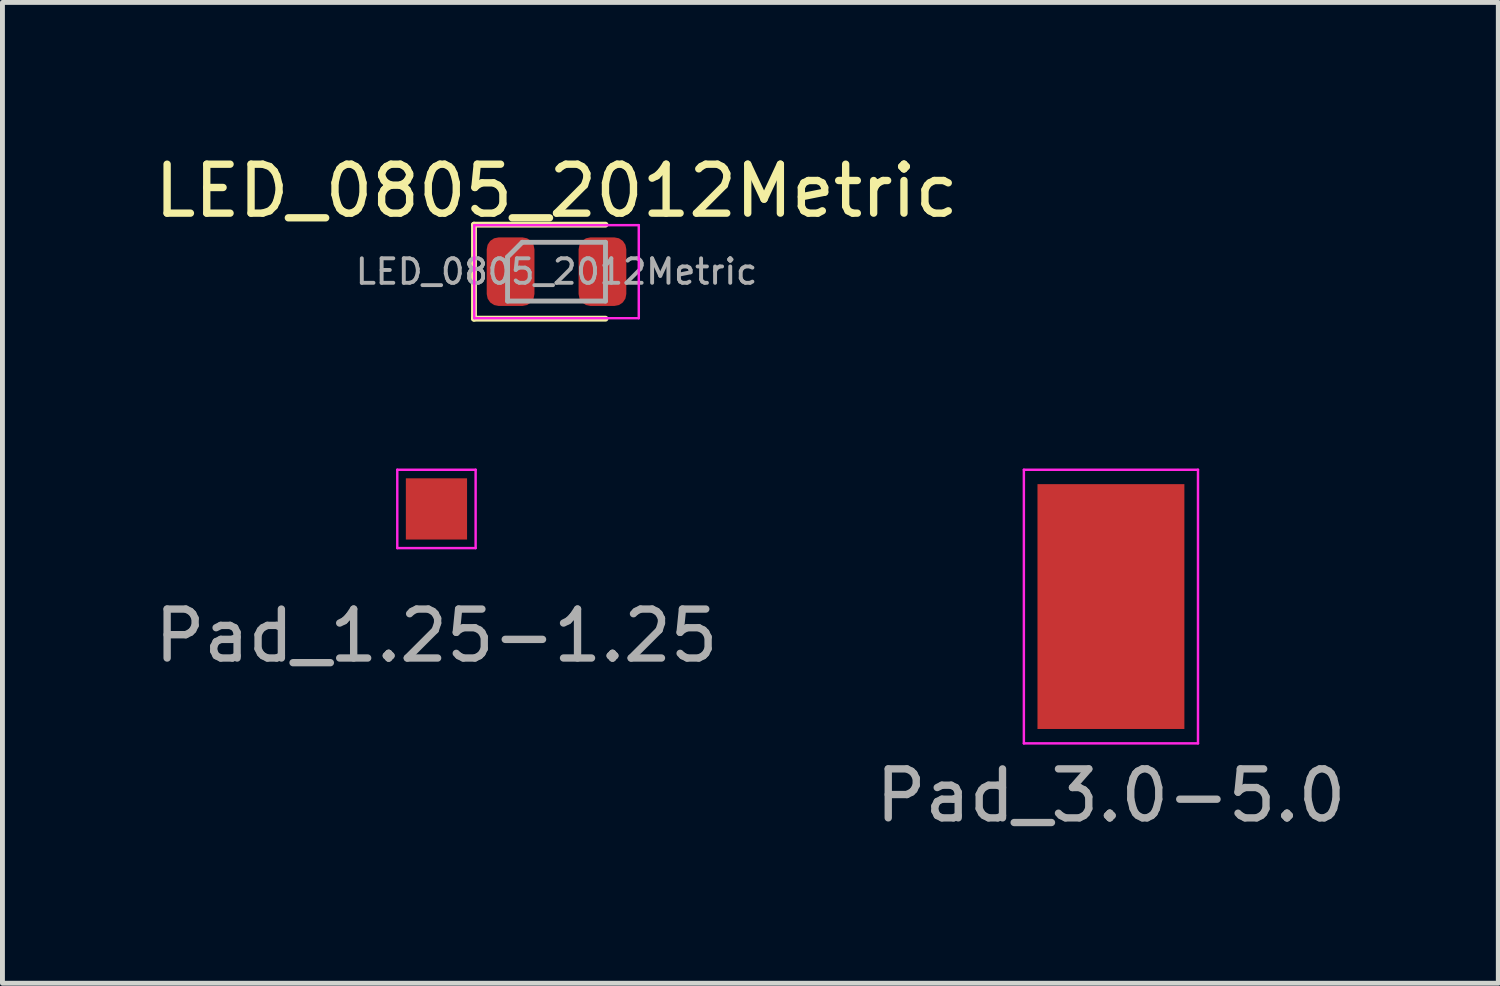
<source format=kicad_pcb>
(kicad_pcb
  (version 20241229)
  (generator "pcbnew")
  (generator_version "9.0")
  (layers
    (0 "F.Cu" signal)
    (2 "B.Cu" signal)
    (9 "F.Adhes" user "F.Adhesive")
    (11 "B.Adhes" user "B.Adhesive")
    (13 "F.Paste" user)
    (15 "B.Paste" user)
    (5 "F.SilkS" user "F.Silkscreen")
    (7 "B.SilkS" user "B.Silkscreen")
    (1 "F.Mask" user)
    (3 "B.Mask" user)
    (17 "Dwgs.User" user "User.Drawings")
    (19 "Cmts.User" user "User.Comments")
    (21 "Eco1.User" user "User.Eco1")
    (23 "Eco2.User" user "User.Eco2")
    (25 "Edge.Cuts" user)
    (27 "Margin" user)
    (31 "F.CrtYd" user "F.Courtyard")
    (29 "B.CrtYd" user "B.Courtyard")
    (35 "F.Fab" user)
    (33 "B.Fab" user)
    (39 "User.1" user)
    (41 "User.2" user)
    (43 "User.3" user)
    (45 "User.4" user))
  (footprint "Pad_1.25-1.25"
    (layer "F.Cu")
    (at 5.863 7.343)
    (property "Reference" "Pad_1.25-1.25" (at 0 3.175 180) (layer "F.Fab") (effects (font (size 1 1) (thickness 0.15)) (justify bottom)))
    (attr smd)
    (fp_line (start -0.8 -0.8) (end 0.8 -0.8) (stroke (width 0.05) (type solid)) (layer "F.CrtYd"))
    (fp_line (start -0.8 0.8) (end -0.8 -0.8) (stroke (width 0.05) (type solid)) (layer "F.CrtYd"))
    (fp_line (start 0.8 -0.8) (end 0.8 0.8) (stroke (width 0.05) (type solid)) (layer "F.CrtYd"))
    (fp_line (start 0.8 0.8) (end -0.8 0.8) (stroke (width 0.05) (type solid)) (layer "F.CrtYd"))
    (pad "1" smd rect (at 0 0) (size 1.25 1.25) (layers "F.Cu" "F.Mask")))
  (footprint "LED_0805_2012Metric"
    (layer "F.Cu")
    (at 8.315 2.498)
    (property "Reference" "LED_0805_2012Metric" (at 0 -1.65 0) (layer "F.SilkS") (effects (font (size 1 1) (thickness 0.15))))
    (attr smd)
    (fp_line (start -1.685 -0.96) (end -1.685 0.96) (stroke (width 0.12) (type solid)) (layer "F.SilkS"))
    (fp_line (start -1.685 0.96) (end 1 0.96) (stroke (width 0.12) (type solid)) (layer "F.SilkS"))
    (fp_line (start 1 -0.96) (end -1.685 -0.96) (stroke (width 0.12) (type solid)) (layer "F.SilkS"))
    (fp_line (start -1.68 -0.95) (end 1.68 -0.95) (stroke (width 0.05) (type solid)) (layer "F.CrtYd"))
    (fp_line (start -1.68 0.95) (end -1.68 -0.95) (stroke (width 0.05) (type solid)) (layer "F.CrtYd"))
    (fp_line (start 1.68 -0.95) (end 1.68 0.95) (stroke (width 0.05) (type solid)) (layer "F.CrtYd"))
    (fp_line (start 1.68 0.95) (end -1.68 0.95) (stroke (width 0.05) (type solid)) (layer "F.CrtYd"))
    (fp_line (start -1 -0.3) (end -1 0.6) (stroke (width 0.1) (type solid)) (layer "F.Fab"))
    (fp_line (start -1 0.6) (end 1 0.6) (stroke (width 0.1) (type solid)) (layer "F.Fab"))
    (fp_line (start -0.7 -0.6) (end -1 -0.3) (stroke (width 0.1) (type solid)) (layer "F.Fab"))
    (fp_line (start 1 -0.6) (end -0.7 -0.6) (stroke (width 0.1) (type solid)) (layer "F.Fab"))
    (fp_line (start 1 0.6) (end 1 -0.6) (stroke (width 0.1) (type solid)) (layer "F.Fab"))
    (fp_text user "${REFERENCE}" (at 0 0 0) (layer "F.Fab") (effects (font (size 0.5 0.5) (thickness 0.08))))
    (pad "1" smd roundrect (at -0.938 0) (size 0.975 1.4) (layers "F.Cu" "F.Mask" "F.Paste") (roundrect_rratio 0.25))
    (pad "2" smd roundrect (at 0.938 0) (size 0.975 1.4) (layers "F.Cu" "F.Mask" "F.Paste") (roundrect_rratio 0.25)))
  (footprint "Pad_3.0-5.0"
    (layer "F.Cu")
    (at 19.637 9.337)
    (property "Reference" "Pad_3.0-5.0" (at 0 4.445 180) (layer "F.Fab") (effects (font (size 1 1) (thickness 0.15)) (justify bottom)))
    (attr smd)
    (fp_line (start -1.778 -2.794) (end 1.778 -2.794) (stroke (width 0.05) (type solid)) (layer "F.CrtYd"))
    (fp_line (start -1.778 2.794) (end -1.778 -2.794) (stroke (width 0.05) (type solid)) (layer "F.CrtYd"))
    (fp_line (start 1.778 -2.794) (end 1.778 2.794) (stroke (width 0.05) (type solid)) (layer "F.CrtYd"))
    (fp_line (start 1.778 2.794) (end -1.778 2.794) (stroke (width 0.05) (type solid)) (layer "F.CrtYd"))
    (pad "1" smd rect (at 0 0) (size 3 5) (layers "F.Cu" "F.Mask")))
  (gr_rect
    (start -3 -3)
    (end 27.548 17.029)
    (stroke (width 0.1) (type default))
    (fill no)
    (layer "Edge.Cuts")))
</source>
